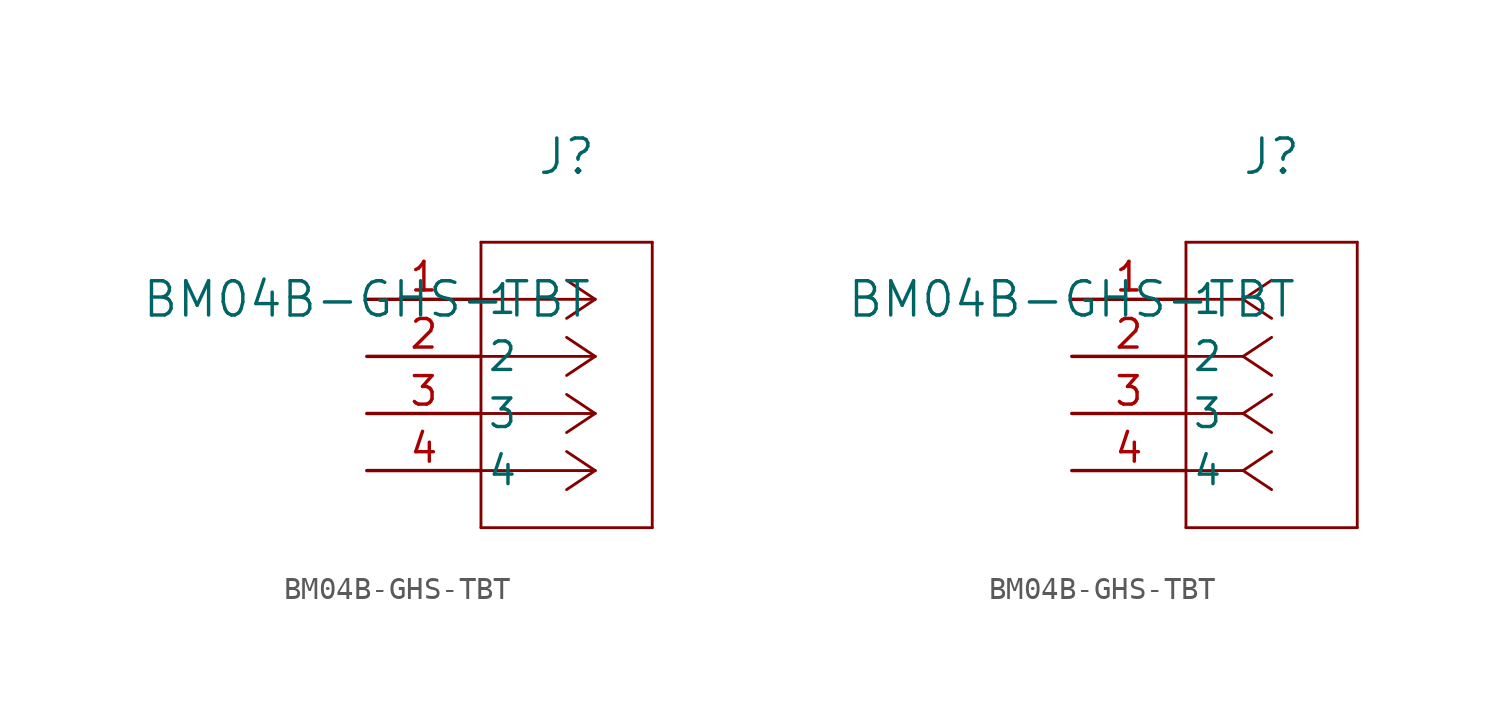
<source format=kicad_sym>
(kicad_symbol_lib
  (version 20211014)
  (generator kicad_symbol_editor)
  (symbol "BM04B-GHS-TBT"
    (pin_names
      (offset 0.254))
    (property "Reference" "J"
      (at 8.89 6.35 0)
      (effects (font (size 1.524 1.524))))
    (property "Value" "BM04B-GHS-TBT"
      (at 0 0 0)
      (effects (font (size 1.524 1.524))))
    (symbol "BM04B-GHS-TBT_1_1"
      (polyline (pts (xy 10.16 0) (xy 5.08 0)) (stroke (width 0.127) (type default) (color 0 0 0 0)) (fill (type none)))
      (polyline (pts (xy 10.16 -2.54) (xy 5.08 -2.54)) (stroke (width 0.127) (type default) (color 0 0 0 0)) (fill (type none)))
      (polyline (pts (xy 10.16 -5.08) (xy 5.08 -5.08)) (stroke (width 0.127) (type default) (color 0 0 0 0)) (fill (type none)))
      (polyline (pts (xy 10.16 -7.62) (xy 5.08 -7.62)) (stroke (width 0.127) (type default) (color 0 0 0 0)) (fill (type none)))
      (polyline (pts (xy 10.16 0) (xy 8.89 0.847)) (stroke (width 0.127) (type default) (color 0 0 0 0)) (fill (type none)))
      (polyline (pts (xy 10.16 -2.54) (xy 8.89 -1.693)) (stroke (width 0.127) (type default) (color 0 0 0 0)) (fill (type none)))
      (polyline (pts (xy 10.16 -5.08) (xy 8.89 -4.233)) (stroke (width 0.127) (type default) (color 0 0 0 0)) (fill (type none)))
      (polyline (pts (xy 10.16 -7.62) (xy 8.89 -6.773)) (stroke (width 0.127) (type default) (color 0 0 0 0)) (fill (type none)))
      (polyline (pts (xy 10.16 0) (xy 8.89 -0.847)) (stroke (width 0.127) (type default) (color 0 0 0 0)) (fill (type none)))
      (polyline (pts (xy 10.16 -2.54) (xy 8.89 -3.387)) (stroke (width 0.127) (type default) (color 0 0 0 0)) (fill (type none)))
      (polyline (pts (xy 10.16 -5.08) (xy 8.89 -5.927)) (stroke (width 0.127) (type default) (color 0 0 0 0)) (fill (type none)))
      (polyline (pts (xy 10.16 -7.62) (xy 8.89 -8.467)) (stroke (width 0.127) (type default) (color 0 0 0 0)) (fill (type none)))
      (polyline (pts (xy 5.08 2.54) (xy 5.08 -10.16)) (stroke (width 0.127) (type default) (color 0 0 0 0)) (fill (type none)))
      (polyline (pts (xy 5.08 -10.16) (xy 12.7 -10.16)) (stroke (width 0.127) (type default) (color 0 0 0 0)) (fill (type none)))
      (polyline (pts (xy 12.7 -10.16) (xy 12.7 2.54)) (stroke (width 0.127) (type default) (color 0 0 0 0)) (fill (type none)))
      (polyline (pts (xy 12.7 2.54) (xy 5.08 2.54)) (stroke (width 0.127) (type default) (color 0 0 0 0)) (fill (type none)))
      (pin unspecified line (at 0 0 0) (length 5.08) (name "1" (effects (font (size 1.27 1.27)))) (number "1" (effects (font (size 1.27 1.27)))))
      (pin unspecified line (at 0 -2.54 0) (length 5.08) (name "2" (effects (font (size 1.27 1.27)))) (number "2" (effects (font (size 1.27 1.27)))))
      (pin unspecified line (at 0 -5.08 0) (length 5.08) (name "3" (effects (font (size 1.27 1.27)))) (number "3" (effects (font (size 1.27 1.27)))))
      (pin unspecified line (at 0 -7.62 0) (length 5.08) (name "4" (effects (font (size 1.27 1.27)))) (number "4" (effects (font (size 1.27 1.27))))))
    (symbol "BM04B-GHS-TBT_1_2"
      (polyline (pts (xy 7.62 0) (xy 5.08 0)) (stroke (width 0.127) (type default) (color 0 0 0 0)) (fill (type none)))
      (polyline (pts (xy 7.62 -2.54) (xy 5.08 -2.54)) (stroke (width 0.127) (type default) (color 0 0 0 0)) (fill (type none)))
      (polyline (pts (xy 7.62 -5.08) (xy 5.08 -5.08)) (stroke (width 0.127) (type default) (color 0 0 0 0)) (fill (type none)))
      (polyline (pts (xy 7.62 -7.62) (xy 5.08 -7.62)) (stroke (width 0.127) (type default) (color 0 0 0 0)) (fill (type none)))
      (polyline (pts (xy 7.62 0) (xy 8.89 0.847)) (stroke (width 0.127) (type default) (color 0 0 0 0)) (fill (type none)))
      (polyline (pts (xy 7.62 -2.54) (xy 8.89 -1.693)) (stroke (width 0.127) (type default) (color 0 0 0 0)) (fill (type none)))
      (polyline (pts (xy 7.62 -5.08) (xy 8.89 -4.233)) (stroke (width 0.127) (type default) (color 0 0 0 0)) (fill (type none)))
      (polyline (pts (xy 7.62 -7.62) (xy 8.89 -6.773)) (stroke (width 0.127) (type default) (color 0 0 0 0)) (fill (type none)))
      (polyline (pts (xy 7.62 0) (xy 8.89 -0.847)) (stroke (width 0.127) (type default) (color 0 0 0 0)) (fill (type none)))
      (polyline (pts (xy 7.62 -2.54) (xy 8.89 -3.387)) (stroke (width 0.127) (type default) (color 0 0 0 0)) (fill (type none)))
      (polyline (pts (xy 7.62 -5.08) (xy 8.89 -5.927)) (stroke (width 0.127) (type default) (color 0 0 0 0)) (fill (type none)))
      (polyline (pts (xy 7.62 -7.62) (xy 8.89 -8.467)) (stroke (width 0.127) (type default) (color 0 0 0 0)) (fill (type none)))
      (polyline (pts (xy 5.08 2.54) (xy 5.08 -10.16)) (stroke (width 0.127) (type default) (color 0 0 0 0)) (fill (type none)))
      (polyline (pts (xy 5.08 -10.16) (xy 12.7 -10.16)) (stroke (width 0.127) (type default) (color 0 0 0 0)) (fill (type none)))
      (polyline (pts (xy 12.7 -10.16) (xy 12.7 2.54)) (stroke (width 0.127) (type default) (color 0 0 0 0)) (fill (type none)))
      (polyline (pts (xy 12.7 2.54) (xy 5.08 2.54)) (stroke (width 0.127) (type default) (color 0 0 0 0)) (fill (type none)))
      (pin unspecified line (at 0 0 0) (length 5.08) (name "1" (effects (font (size 1.27 1.27)))) (number "1" (effects (font (size 1.27 1.27)))))
      (pin unspecified line (at 0 -2.54 0) (length 5.08) (name "2" (effects (font (size 1.27 1.27)))) (number "2" (effects (font (size 1.27 1.27)))))
      (pin unspecified line (at 0 -5.08 0) (length 5.08) (name "3" (effects (font (size 1.27 1.27)))) (number "3" (effects (font (size 1.27 1.27)))))
      (pin unspecified line (at 0 -7.62 0) (length 5.08) (name "4" (effects (font (size 1.27 1.27)))) (number "4" (effects (font (size 1.27 1.27))))))))
</source>
